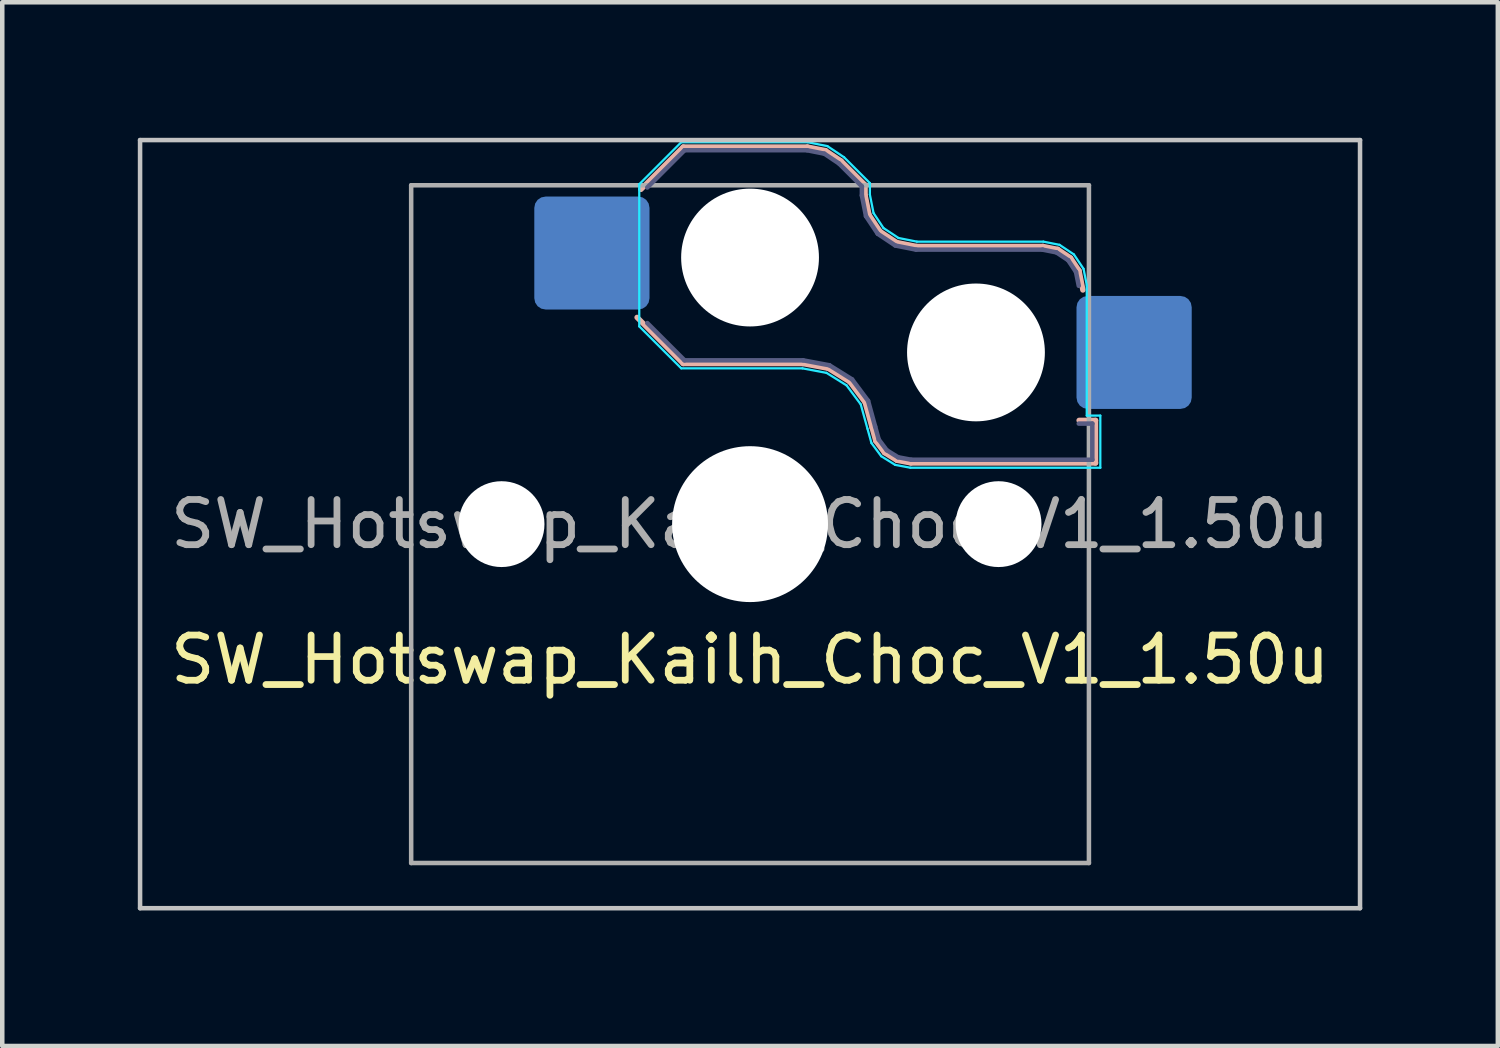
<source format=kicad_pcb>
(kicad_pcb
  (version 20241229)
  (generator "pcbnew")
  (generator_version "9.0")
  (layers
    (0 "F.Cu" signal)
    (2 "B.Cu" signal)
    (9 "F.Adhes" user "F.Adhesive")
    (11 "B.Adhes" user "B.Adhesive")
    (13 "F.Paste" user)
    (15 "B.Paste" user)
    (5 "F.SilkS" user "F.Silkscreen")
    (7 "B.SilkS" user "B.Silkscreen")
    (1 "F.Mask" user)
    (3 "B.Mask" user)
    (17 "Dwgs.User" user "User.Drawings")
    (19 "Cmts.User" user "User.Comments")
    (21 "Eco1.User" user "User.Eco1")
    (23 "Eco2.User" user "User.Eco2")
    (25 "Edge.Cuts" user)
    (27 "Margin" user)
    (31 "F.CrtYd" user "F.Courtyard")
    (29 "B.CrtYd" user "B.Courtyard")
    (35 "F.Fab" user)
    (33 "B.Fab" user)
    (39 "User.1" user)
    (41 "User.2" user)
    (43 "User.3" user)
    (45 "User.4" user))
  (footprint "SW_Hotswap_Kailh_Choc_V1_1.50u"
    (layer "F.Cu")
    (at 13.55 8.55)
    (property "Reference" "SW_Hotswap_Kailh_Choc_V1_1.50u" (at 0 3 0) (layer "F.SilkS") (effects (font (size 1 1) (thickness 0.15))))
    (attr smd)
    (fp_line (start -2.416 -7.409) (end -1.479 -8.346) (stroke (width 0.12) (type solid)) (layer "B.SilkS"))
    (fp_line (start -1.479 -8.346) (end 1.268 -8.346) (stroke (width 0.12) (type solid)) (layer "B.SilkS"))
    (fp_line (start -1.479 -3.554) (end -2.5 -4.575) (stroke (width 0.12) (type solid)) (layer "B.SilkS"))
    (fp_line (start 1.168 -3.554) (end -1.479 -3.554) (stroke (width 0.12) (type solid)) (layer "B.SilkS"))
    (fp_line (start 1.268 -8.346) (end 1.671 -8.266) (stroke (width 0.12) (type solid)) (layer "B.SilkS"))
    (fp_line (start 1.671 -8.266) (end 2.013 -8.037) (stroke (width 0.12) (type solid)) (layer "B.SilkS"))
    (fp_line (start 1.73 -3.449) (end 1.168 -3.554) (stroke (width 0.12) (type solid)) (layer "B.SilkS"))
    (fp_line (start 2.013 -8.037) (end 2.546 -7.504) (stroke (width 0.12) (type solid)) (layer "B.SilkS"))
    (fp_line (start 2.209 -3.15) (end 1.73 -3.449) (stroke (width 0.12) (type solid)) (layer "B.SilkS"))
    (fp_line (start 2.546 -7.504) (end 2.546 -7.282) (stroke (width 0.12) (type solid)) (layer "B.SilkS"))
    (fp_line (start 2.546 -7.282) (end 2.633 -6.844) (stroke (width 0.12) (type solid)) (layer "B.SilkS"))
    (fp_line (start 2.547 -2.697) (end 2.209 -3.15) (stroke (width 0.12) (type solid)) (layer "B.SilkS"))
    (fp_line (start 2.633 -6.844) (end 2.877 -6.477) (stroke (width 0.12) (type solid)) (layer "B.SilkS"))
    (fp_line (start 2.701 -2.139) (end 2.547 -2.697) (stroke (width 0.12) (type solid)) (layer "B.SilkS"))
    (fp_line (start 2.783 -1.841) (end 2.701 -2.139) (stroke (width 0.12) (type solid)) (layer "B.SilkS"))
    (fp_line (start 2.877 -6.477) (end 3.244 -6.233) (stroke (width 0.12) (type solid)) (layer "B.SilkS"))
    (fp_line (start 2.976 -1.583) (end 2.783 -1.841) (stroke (width 0.12) (type solid)) (layer "B.SilkS"))
    (fp_line (start 3.244 -6.233) (end 3.682 -6.146) (stroke (width 0.12) (type solid)) (layer "B.SilkS"))
    (fp_line (start 3.25 -1.413) (end 2.976 -1.583) (stroke (width 0.12) (type solid)) (layer "B.SilkS"))
    (fp_line (start 3.56 -1.354) (end 3.25 -1.413) (stroke (width 0.12) (type solid)) (layer "B.SilkS"))
    (fp_line (start 3.682 -6.146) (end 6.482 -6.146) (stroke (width 0.12) (type solid)) (layer "B.SilkS"))
    (fp_line (start 6.482 -6.146) (end 6.809 -6.081) (stroke (width 0.12) (type solid)) (layer "B.SilkS"))
    (fp_line (start 6.809 -6.081) (end 7.092 -5.892) (stroke (width 0.12) (type solid)) (layer "B.SilkS"))
    (fp_line (start 7.092 -5.892) (end 7.281 -5.609) (stroke (width 0.12) (type solid)) (layer "B.SilkS"))
    (fp_line (start 7.281 -5.609) (end 7.366 -5.182) (stroke (width 0.12) (type solid)) (layer "B.SilkS"))
    (fp_line (start 7.283 -2.296) (end 7.646 -2.296) (stroke (width 0.12) (type solid)) (layer "B.SilkS"))
    (fp_line (start 7.646 -2.296) (end 7.646 -1.354) (stroke (width 0.12) (type solid)) (layer "B.SilkS"))
    (fp_line (start 7.646 -1.354) (end 3.56 -1.354) (stroke (width 0.12) (type solid)) (layer "B.SilkS"))
    (fp_line (start -13.5 -8.5) (end -13.5 8.5) (stroke (width 0.1) (type solid)) (layer "Dwgs.User"))
    (fp_line (start -13.5 8.5) (end 13.5 8.5) (stroke (width 0.1) (type solid)) (layer "Dwgs.User"))
    (fp_line (start 13.5 -8.5) (end -13.5 -8.5) (stroke (width 0.1) (type solid)) (layer "Dwgs.User"))
    (fp_line (start 13.5 8.5) (end 13.5 -8.5) (stroke (width 0.1) (type solid)) (layer "Dwgs.User"))
    (fp_line (start -7.25 -7.25) (end -7.25 7.25) (stroke (width 0.1) (type solid)) (layer "Eco1.User"))
    (fp_line (start -7.25 7.25) (end 7.25 7.25) (stroke (width 0.1) (type solid)) (layer "Eco1.User"))
    (fp_line (start 7.25 -7.25) (end -7.25 -7.25) (stroke (width 0.1) (type solid)) (layer "Eco1.User"))
    (fp_line (start 7.25 7.25) (end 7.25 -7.25) (stroke (width 0.1) (type solid)) (layer "Eco1.User"))
    (fp_line (start -2.452 -7.523) (end -1.523 -8.452) (stroke (width 0.05) (type solid)) (layer "B.CrtYd"))
    (fp_line (start -2.452 -4.377) (end -2.452 -7.523) (stroke (width 0.05) (type solid)) (layer "B.CrtYd"))
    (fp_line (start -1.523 -8.452) (end 1.278 -8.452) (stroke (width 0.05) (type solid)) (layer "B.CrtYd"))
    (fp_line (start -1.523 -3.448) (end -2.452 -4.377) (stroke (width 0.05) (type solid)) (layer "B.CrtYd"))
    (fp_line (start 1.159 -3.448) (end -1.523 -3.448) (stroke (width 0.05) (type solid)) (layer "B.CrtYd"))
    (fp_line (start 1.278 -8.452) (end 1.712 -8.366) (stroke (width 0.05) (type solid)) (layer "B.CrtYd"))
    (fp_line (start 1.691 -3.348) (end 1.159 -3.448) (stroke (width 0.05) (type solid)) (layer "B.CrtYd"))
    (fp_line (start 1.712 -8.366) (end 2.081 -8.119) (stroke (width 0.05) (type solid)) (layer "B.CrtYd"))
    (fp_line (start 2.081 -8.119) (end 2.652 -7.548) (stroke (width 0.05) (type solid)) (layer "B.CrtYd"))
    (fp_line (start 2.136 -3.071) (end 1.691 -3.348) (stroke (width 0.05) (type solid)) (layer "B.CrtYd"))
    (fp_line (start 2.45 -2.65) (end 2.136 -3.071) (stroke (width 0.05) (type solid)) (layer "B.CrtYd"))
    (fp_line (start 2.599 -2.111) (end 2.45 -2.65) (stroke (width 0.05) (type solid)) (layer "B.CrtYd"))
    (fp_line (start 2.652 -7.548) (end 2.652 -7.292) (stroke (width 0.05) (type solid)) (layer "B.CrtYd"))
    (fp_line (start 2.652 -7.292) (end 2.733 -6.885) (stroke (width 0.05) (type solid)) (layer "B.CrtYd"))
    (fp_line (start 2.687 -1.794) (end 2.599 -2.111) (stroke (width 0.05) (type solid)) (layer "B.CrtYd"))
    (fp_line (start 2.733 -6.885) (end 2.953 -6.553) (stroke (width 0.05) (type solid)) (layer "B.CrtYd"))
    (fp_line (start 2.903 -1.503) (end 2.687 -1.794) (stroke (width 0.05) (type solid)) (layer "B.CrtYd"))
    (fp_line (start 2.953 -6.553) (end 3.285 -6.333) (stroke (width 0.05) (type solid)) (layer "B.CrtYd"))
    (fp_line (start 3.211 -1.312) (end 2.903 -1.503) (stroke (width 0.05) (type solid)) (layer "B.CrtYd"))
    (fp_line (start 3.285 -6.333) (end 3.692 -6.252) (stroke (width 0.05) (type solid)) (layer "B.CrtYd"))
    (fp_line (start 3.55 -1.248) (end 3.211 -1.312) (stroke (width 0.05) (type solid)) (layer "B.CrtYd"))
    (fp_line (start 3.692 -6.252) (end 6.492 -6.252) (stroke (width 0.05) (type solid)) (layer "B.CrtYd"))
    (fp_line (start 6.492 -6.252) (end 6.85 -6.181) (stroke (width 0.05) (type solid)) (layer "B.CrtYd"))
    (fp_line (start 6.85 -6.181) (end 7.168 -5.968) (stroke (width 0.05) (type solid)) (layer "B.CrtYd"))
    (fp_line (start 7.168 -5.968) (end 7.381 -5.65) (stroke (width 0.05) (type solid)) (layer "B.CrtYd"))
    (fp_line (start 7.381 -5.65) (end 7.452 -5.292) (stroke (width 0.05) (type solid)) (layer "B.CrtYd"))
    (fp_line (start 7.452 -5.292) (end 7.452 -2.402) (stroke (width 0.05) (type solid)) (layer "B.CrtYd"))
    (fp_line (start 7.452 -2.402) (end 7.752 -2.402) (stroke (width 0.05) (type solid)) (layer "B.CrtYd"))
    (fp_line (start 7.752 -2.402) (end 7.752 -1.248) (stroke (width 0.05) (type solid)) (layer "B.CrtYd"))
    (fp_line (start 7.752 -1.248) (end 3.55 -1.248) (stroke (width 0.05) (type solid)) (layer "B.CrtYd"))
    (fp_line (start -2.275 -7.45) (end -1.45 -8.275) (stroke (width 0.1) (type solid)) (layer "B.Fab"))
    (fp_line (start -1.45 -8.275) (end 1.261 -8.275) (stroke (width 0.1) (type solid)) (layer "B.Fab"))
    (fp_line (start -1.45 -3.625) (end -2.275 -4.45) (stroke (width 0.1) (type solid)) (layer "B.Fab"))
    (fp_line (start 1.175 -3.625) (end -1.45 -3.625) (stroke (width 0.1) (type solid)) (layer "B.Fab"))
    (fp_line (start 1.261 -8.275) (end 1.643 -8.199) (stroke (width 0.1) (type solid)) (layer "B.Fab"))
    (fp_line (start 1.643 -8.199) (end 1.968 -7.982) (stroke (width 0.1) (type solid)) (layer "B.Fab"))
    (fp_line (start 1.756 -3.516) (end 1.175 -3.625) (stroke (width 0.1) (type solid)) (layer "B.Fab"))
    (fp_line (start 1.968 -7.982) (end 2.475 -7.475) (stroke (width 0.1) (type solid)) (layer "B.Fab"))
    (fp_line (start 2.258 -3.203) (end 1.756 -3.516) (stroke (width 0.1) (type solid)) (layer "B.Fab"))
    (fp_line (start 2.475 -7.475) (end 2.475 -7.275) (stroke (width 0.1) (type solid)) (layer "B.Fab"))
    (fp_line (start 2.475 -7.275) (end 2.566 -6.816) (stroke (width 0.1) (type solid)) (layer "B.Fab"))
    (fp_line (start 2.566 -6.816) (end 2.826 -6.426) (stroke (width 0.1) (type solid)) (layer "B.Fab"))
    (fp_line (start 2.612 -2.729) (end 2.258 -3.203) (stroke (width 0.1) (type solid)) (layer "B.Fab"))
    (fp_line (start 2.769 -2.158) (end 2.612 -2.729) (stroke (width 0.1) (type solid)) (layer "B.Fab"))
    (fp_line (start 2.826 -6.426) (end 3.216 -6.166) (stroke (width 0.1) (type solid)) (layer "B.Fab"))
    (fp_line (start 2.848 -1.873) (end 2.769 -2.158) (stroke (width 0.1) (type solid)) (layer "B.Fab"))
    (fp_line (start 3.025 -1.636) (end 2.848 -1.873) (stroke (width 0.1) (type solid)) (layer "B.Fab"))
    (fp_line (start 3.216 -6.166) (end 3.675 -6.075) (stroke (width 0.1) (type solid)) (layer "B.Fab"))
    (fp_line (start 3.276 -1.48) (end 3.025 -1.636) (stroke (width 0.1) (type solid)) (layer "B.Fab"))
    (fp_line (start 3.567 -1.425) (end 3.276 -1.48) (stroke (width 0.1) (type solid)) (layer "B.Fab"))
    (fp_line (start 3.675 -6.075) (end 6.475 -6.075) (stroke (width 0.1) (type solid)) (layer "B.Fab"))
    (fp_line (start 6.475 -6.075) (end 6.781 -6.014) (stroke (width 0.1) (type solid)) (layer "B.Fab"))
    (fp_line (start 6.781 -6.014) (end 7.041 -5.841) (stroke (width 0.1) (type solid)) (layer "B.Fab"))
    (fp_line (start 7.041 -5.841) (end 7.214 -5.581) (stroke (width 0.1) (type solid)) (layer "B.Fab"))
    (fp_line (start 7.214 -5.581) (end 7.275 -5.275) (stroke (width 0.1) (type solid)) (layer "B.Fab"))
    (fp_line (start 7.275 -2.225) (end 7.575 -2.225) (stroke (width 0.1) (type solid)) (layer "B.Fab"))
    (fp_line (start 7.575 -2.225) (end 7.575 -1.425) (stroke (width 0.1) (type solid)) (layer "B.Fab"))
    (fp_line (start 7.575 -1.425) (end 3.567 -1.425) (stroke (width 0.1) (type solid)) (layer "B.Fab"))
    (fp_line (start -7.5 -7.5) (end -7.5 7.5) (stroke (width 0.1) (type solid)) (layer "F.Fab"))
    (fp_line (start -7.5 7.5) (end 7.5 7.5) (stroke (width 0.1) (type solid)) (layer "F.Fab"))
    (fp_line (start 7.5 -7.5) (end -7.5 -7.5) (stroke (width 0.1) (type solid)) (layer "F.Fab"))
    (fp_line (start 7.5 7.5) (end 7.5 -7.5) (stroke (width 0.1) (type solid)) (layer "F.Fab"))
    (fp_text user "${REFERENCE}" (at 0 0 0) (layer "F.Fab") (effects (font (size 1 1) (thickness 0.15))))
    (pad "" np_thru_hole circle (at -5.5 0) (size 1.9 1.9) (drill 1.9) (layers "*.Cu" "*.Mask"))
    (pad "" np_thru_hole circle (at 0 -5.9) (size 3.05 3.05) (drill 3.05) (layers "*.Cu" "*.Mask"))
    (pad "" np_thru_hole circle (at 0 0) (size 3.45 3.45) (drill 3.45) (layers "*.Cu" "*.Mask"))
    (pad "" np_thru_hole circle (at 5 -3.8) (size 3.05 3.05) (drill 3.05) (layers "*.Cu" "*.Mask"))
    (pad "" np_thru_hole circle (at 5.5 0) (size 1.9 1.9) (drill 1.9) (layers "*.Cu" "*.Mask"))
    (pad "1" smd roundrect (at -3.5 -6) (size 2.55 2.5) (layers "B.Cu" "B.Mask" "B.Paste") (roundrect_rratio 0.1))
    (pad "2" smd roundrect (at 8.5 -3.8) (size 2.55 2.5) (layers "B.Cu" "B.Mask" "B.Paste") (roundrect_rratio 0.1)))
  (gr_rect
    (start -3 -3)
    (end 30.1 20.1)
    (stroke (width 0.1) (type default))
    (fill no)
    (layer "Edge.Cuts")))
</source>
